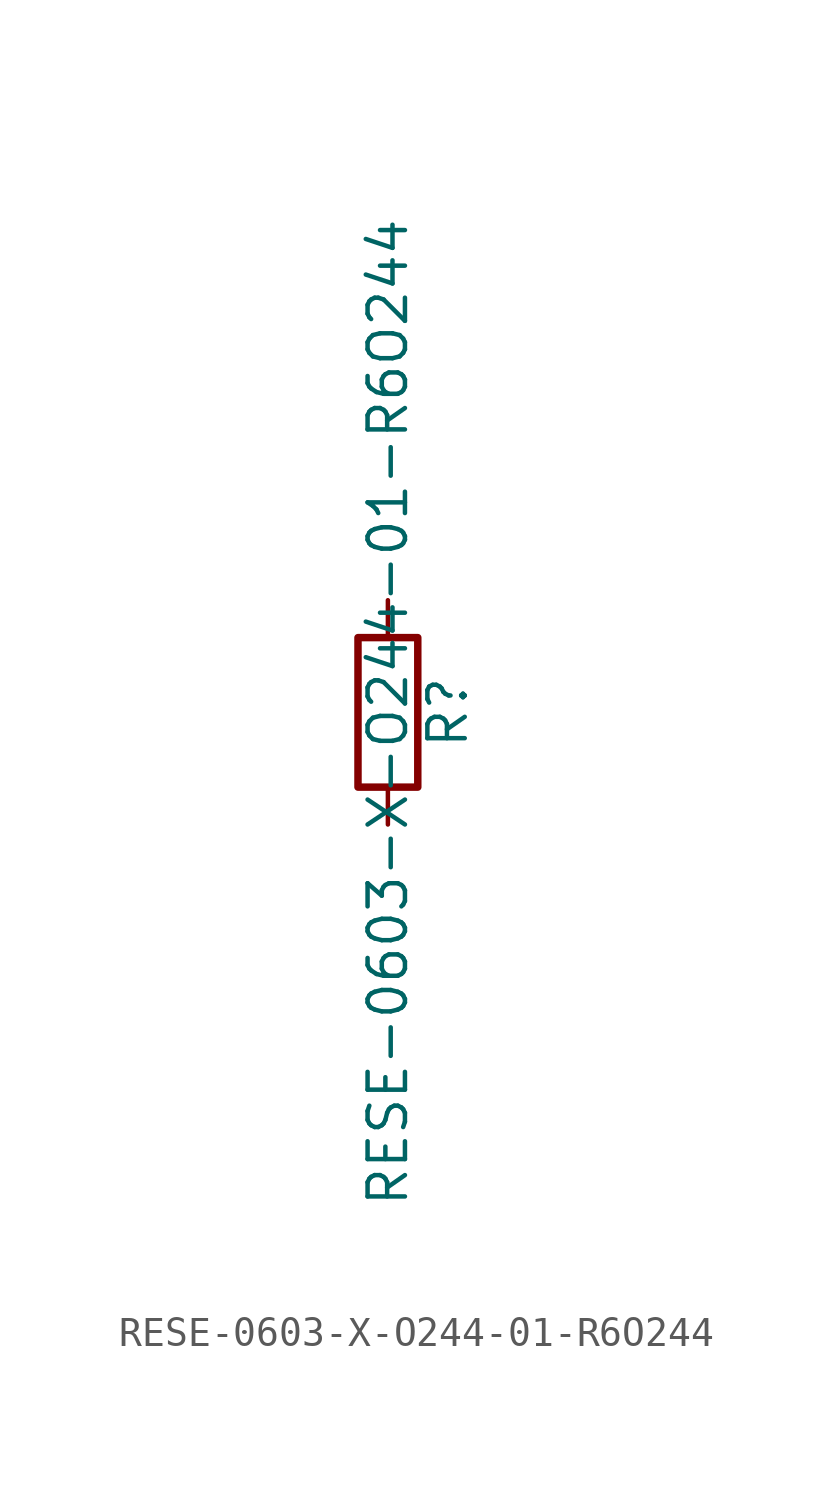
<source format=kicad_sym>
(kicad_symbol_lib
  (version 20211014)
  (generator kicad_symbol_editor)
  (symbol "RESE-0603-X-O244-01-R6O244"
    (pin_numbers hide)
    (pin_names
      (offset 0))
    (property "Reference" "R"
      (at 2.032 0 90)
      (effects (font (size 1.27 1.27))))
    (property "Value" "RESE-0603-X-O244-01-R6O244"
      (at 0 0 90)
      (effects (font (size 1.27 1.27))))
    (symbol "RESE-0603-X-O244-01-R6O244_0_1"
      (rectangle (start -1.016 -2.54) (end 1.016 2.54) (stroke (width 0.254) (type default) (color 0 0 0 0)) (fill (type none))))
    (symbol "RESE-0603-X-O244-01-R6O244_1_1"
      (pin passive line (at 0 3.81 270) (length 1.27) (name "~" (effects (font (size 1.27 1.27)))) (number "1" (effects (font (size 1.27 1.27)))))
      (pin passive line (at 0 -3.81 90) (length 1.27) (name "~" (effects (font (size 1.27 1.27)))) (number "2" (effects (font (size 1.27 1.27))))))))
</source>
